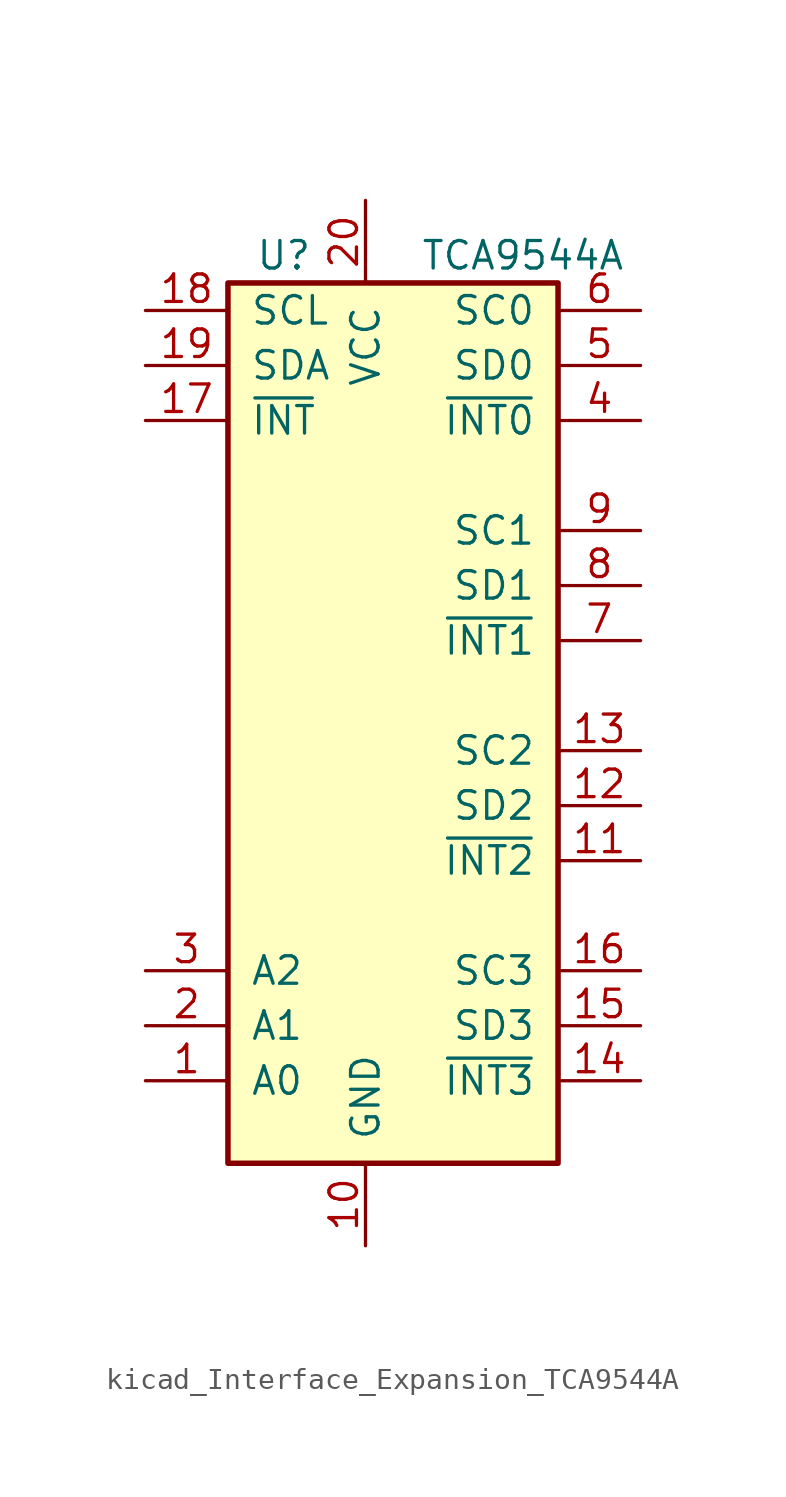
<source format=kicad_sym>
(kicad_symbol_lib
  (version 20220914)
  (generator kicad_symbol_editor)
  (symbol "kicad_Interface_Expansion_TCA9544A"
    (pin_names
      (offset 1.016))
    (property "Reference" "U"
      (at -5.08 20.32 0)
      (effects (font (size 1.27 1.27)) (justify left)))
    (property "Value" "TCA9544A"
      (at 2.54 20.32 0)
      (effects (font (size 1.27 1.27)) (justify left)))
    (symbol "kicad_Interface_Expansion_TCA9544A_0_1"
      (rectangle (start -6.35 19.05) (end 8.89 -21.59) (stroke (width 0.254) (type default)) (fill (type background))))
    (symbol "kicad_Interface_Expansion_TCA9544A_1_1"
      (pin input line (at -10.16 -17.78 0) (length 3.81) (name "A0" (effects (font (size 1.27 1.27)))) (number "1" (effects (font (size 1.27 1.27)))))
      (pin power_in line (at 0 -25.4 90) (length 3.81) (name "GND" (effects (font (size 1.27 1.27)))) (number "10" (effects (font (size 1.27 1.27)))))
      (pin input line (at 12.7 -7.62 180) (length 3.81) (name "~{INT2}" (effects (font (size 1.27 1.27)))) (number "11" (effects (font (size 1.27 1.27)))))
      (pin bidirectional line (at 12.7 -5.08 180) (length 3.81) (name "SD2" (effects (font (size 1.27 1.27)))) (number "12" (effects (font (size 1.27 1.27)))))
      (pin bidirectional line (at 12.7 -2.54 180) (length 3.81) (name "SC2" (effects (font (size 1.27 1.27)))) (number "13" (effects (font (size 1.27 1.27)))))
      (pin input line (at 12.7 -17.78 180) (length 3.81) (name "~{INT3}" (effects (font (size 1.27 1.27)))) (number "14" (effects (font (size 1.27 1.27)))))
      (pin bidirectional line (at 12.7 -15.24 180) (length 3.81) (name "SD3" (effects (font (size 1.27 1.27)))) (number "15" (effects (font (size 1.27 1.27)))))
      (pin bidirectional line (at 12.7 -12.7 180) (length 3.81) (name "SC3" (effects (font (size 1.27 1.27)))) (number "16" (effects (font (size 1.27 1.27)))))
      (pin open_collector line (at -10.16 12.7 0) (length 3.81) (name "~{INT}" (effects (font (size 1.27 1.27)))) (number "17" (effects (font (size 1.27 1.27)))))
      (pin bidirectional line (at -10.16 17.78 0) (length 3.81) (name "SCL" (effects (font (size 1.27 1.27)))) (number "18" (effects (font (size 1.27 1.27)))))
      (pin bidirectional line (at -10.16 15.24 0) (length 3.81) (name "SDA" (effects (font (size 1.27 1.27)))) (number "19" (effects (font (size 1.27 1.27)))))
      (pin input line (at -10.16 -15.24 0) (length 3.81) (name "A1" (effects (font (size 1.27 1.27)))) (number "2" (effects (font (size 1.27 1.27)))))
      (pin power_in line (at 0 22.86 270) (length 3.81) (name "VCC" (effects (font (size 1.27 1.27)))) (number "20" (effects (font (size 1.27 1.27)))))
      (pin input line (at -10.16 -12.7 0) (length 3.81) (name "A2" (effects (font (size 1.27 1.27)))) (number "3" (effects (font (size 1.27 1.27)))))
      (pin input line (at 12.7 12.7 180) (length 3.81) (name "~{INT0}" (effects (font (size 1.27 1.27)))) (number "4" (effects (font (size 1.27 1.27)))))
      (pin bidirectional line (at 12.7 15.24 180) (length 3.81) (name "SD0" (effects (font (size 1.27 1.27)))) (number "5" (effects (font (size 1.27 1.27)))))
      (pin bidirectional line (at 12.7 17.78 180) (length 3.81) (name "SC0" (effects (font (size 1.27 1.27)))) (number "6" (effects (font (size 1.27 1.27)))))
      (pin input line (at 12.7 2.54 180) (length 3.81) (name "~{INT1}" (effects (font (size 1.27 1.27)))) (number "7" (effects (font (size 1.27 1.27)))))
      (pin bidirectional line (at 12.7 5.08 180) (length 3.81) (name "SD1" (effects (font (size 1.27 1.27)))) (number "8" (effects (font (size 1.27 1.27)))))
      (pin bidirectional line (at 12.7 7.62 180) (length 3.81) (name "SC1" (effects (font (size 1.27 1.27)))) (number "9" (effects (font (size 1.27 1.27))))))))
</source>
